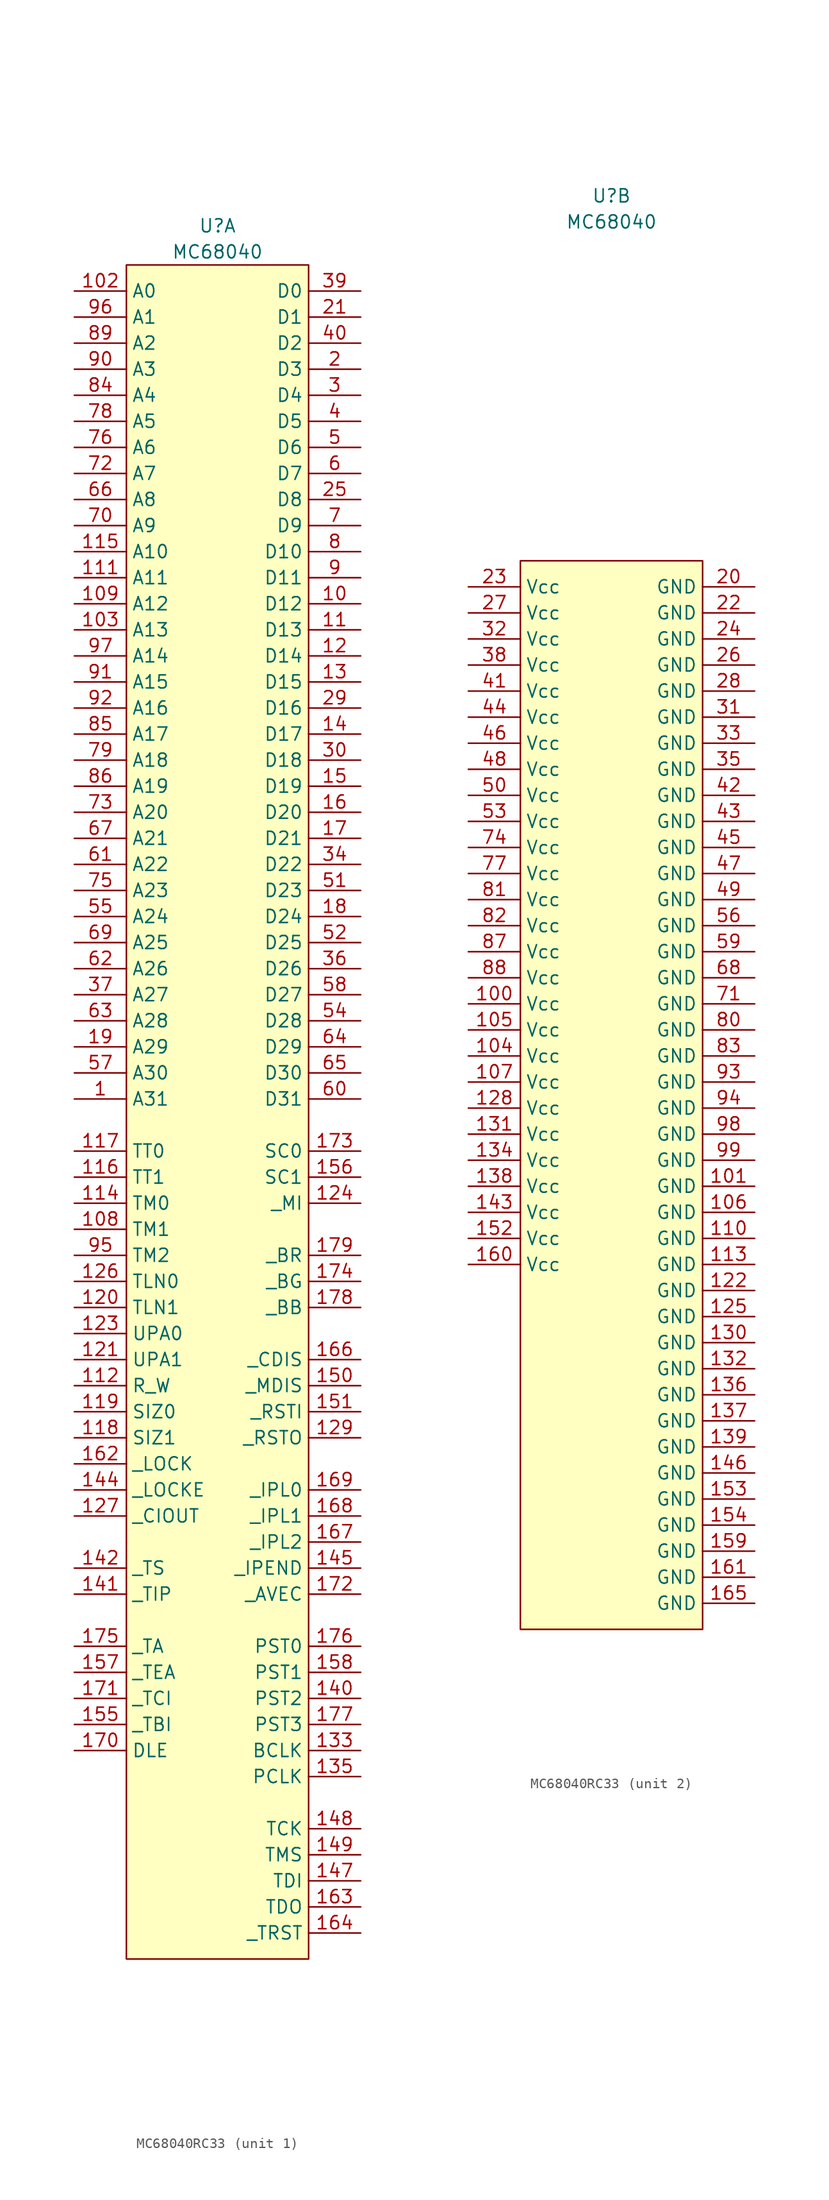
<source format=kicad_sym>
(kicad_symbol_lib
  (version 20231120)
  (generator "kicad_symbol_editor")
  (generator_version "8.0")
  (symbol "MC68040RC33"
    (property "Reference" "U"
      (at 0 86.36 0)
      (effects (font (size 1.27 1.27))))
    (property "Value" "MC68040"
      (at 0 83.82 0)
      (effects (font (size 1.27 1.27))))
    (property "ki_locked" ""
      (at 0 0 0)
      (effects (font (size 1.27 1.27))))
    (symbol "MC68040RC33_1_0"
      (pin bidirectional line (at -13.97 1.27 0) (length 5.08) (name "A31" (effects (font (size 1.27 1.27)))) (number "1" (effects (font (size 1.27 1.27)))))
      (pin bidirectional line (at 13.97 49.53 180) (length 5.08) (name "D12" (effects (font (size 1.27 1.27)))) (number "10" (effects (font (size 1.27 1.27)))))
      (pin bidirectional line (at -13.97 80.01 0) (length 5.08) (name "A0" (effects (font (size 1.27 1.27)))) (number "102" (effects (font (size 1.27 1.27)))))
      (pin bidirectional line (at -13.97 46.99 0) (length 5.08) (name "A13" (effects (font (size 1.27 1.27)))) (number "103" (effects (font (size 1.27 1.27)))))
      (pin output line (at -13.97 -11.43 0) (length 5.08) (name "TM1" (effects (font (size 1.27 1.27)))) (number "108" (effects (font (size 1.27 1.27)))))
      (pin bidirectional line (at -13.97 49.53 0) (length 5.08) (name "A12" (effects (font (size 1.27 1.27)))) (number "109" (effects (font (size 1.27 1.27)))))
      (pin bidirectional line (at 13.97 46.99 180) (length 5.08) (name "D13" (effects (font (size 1.27 1.27)))) (number "11" (effects (font (size 1.27 1.27)))))
      (pin bidirectional line (at -13.97 52.07 0) (length 5.08) (name "A11" (effects (font (size 1.27 1.27)))) (number "111" (effects (font (size 1.27 1.27)))))
      (pin bidirectional line (at -13.97 -26.67 0) (length 5.08) (name "R_W" (effects (font (size 1.27 1.27)))) (number "112" (effects (font (size 1.27 1.27)))))
      (pin output line (at -13.97 -8.89 0) (length 5.08) (name "TM0" (effects (font (size 1.27 1.27)))) (number "114" (effects (font (size 1.27 1.27)))))
      (pin bidirectional line (at -13.97 54.61 0) (length 5.08) (name "A10" (effects (font (size 1.27 1.27)))) (number "115" (effects (font (size 1.27 1.27)))))
      (pin bidirectional line (at -13.97 -6.35 0) (length 5.08) (name "TT1" (effects (font (size 1.27 1.27)))) (number "116" (effects (font (size 1.27 1.27)))))
      (pin bidirectional line (at -13.97 -3.81 0) (length 5.08) (name "TT0" (effects (font (size 1.27 1.27)))) (number "117" (effects (font (size 1.27 1.27)))))
      (pin bidirectional line (at -13.97 -31.75 0) (length 5.08) (name "SIZ1" (effects (font (size 1.27 1.27)))) (number "118" (effects (font (size 1.27 1.27)))))
      (pin bidirectional line (at -13.97 -29.21 0) (length 5.08) (name "SIZ0" (effects (font (size 1.27 1.27)))) (number "119" (effects (font (size 1.27 1.27)))))
      (pin bidirectional line (at 13.97 44.45 180) (length 5.08) (name "D14" (effects (font (size 1.27 1.27)))) (number "12" (effects (font (size 1.27 1.27)))))
      (pin output line (at -13.97 -19.05 0) (length 5.08) (name "TLN1" (effects (font (size 1.27 1.27)))) (number "120" (effects (font (size 1.27 1.27)))))
      (pin output line (at -13.97 -24.13 0) (length 5.08) (name "UPA1" (effects (font (size 1.27 1.27)))) (number "121" (effects (font (size 1.27 1.27)))))
      (pin output line (at -13.97 -21.59 0) (length 5.08) (name "UPA0" (effects (font (size 1.27 1.27)))) (number "123" (effects (font (size 1.27 1.27)))))
      (pin output line (at 13.97 -8.89 180) (length 5.08) (name "_MI" (effects (font (size 1.27 1.27)))) (number "124" (effects (font (size 1.27 1.27)))))
      (pin output line (at -13.97 -16.51 0) (length 5.08) (name "TLN0" (effects (font (size 1.27 1.27)))) (number "126" (effects (font (size 1.27 1.27)))))
      (pin output line (at -13.97 -39.37 0) (length 5.08) (name "_CIOUT" (effects (font (size 1.27 1.27)))) (number "127" (effects (font (size 1.27 1.27)))))
      (pin output line (at 13.97 -31.75 180) (length 5.08) (name "_RSTO" (effects (font (size 1.27 1.27)))) (number "129" (effects (font (size 1.27 1.27)))))
      (pin bidirectional line (at 13.97 41.91 180) (length 5.08) (name "D15" (effects (font (size 1.27 1.27)))) (number "13" (effects (font (size 1.27 1.27)))))
      (pin input line (at 13.97 -62.23 180) (length 5.08) (name "BCLK" (effects (font (size 1.27 1.27)))) (number "133" (effects (font (size 1.27 1.27)))))
      (pin input line (at 13.97 -64.77 180) (length 5.08) (name "PCLK" (effects (font (size 1.27 1.27)))) (number "135" (effects (font (size 1.27 1.27)))))
      (pin bidirectional line (at 13.97 36.83 180) (length 5.08) (name "D17" (effects (font (size 1.27 1.27)))) (number "14" (effects (font (size 1.27 1.27)))))
      (pin output line (at 13.97 -57.15 180) (length 5.08) (name "PST2" (effects (font (size 1.27 1.27)))) (number "140" (effects (font (size 1.27 1.27)))))
      (pin output line (at -13.97 -46.99 0) (length 5.08) (name "_TIP" (effects (font (size 1.27 1.27)))) (number "141" (effects (font (size 1.27 1.27)))))
      (pin bidirectional line (at -13.97 -44.45 0) (length 5.08) (name "_TS" (effects (font (size 1.27 1.27)))) (number "142" (effects (font (size 1.27 1.27)))))
      (pin output line (at -13.97 -36.83 0) (length 5.08) (name "_LOCKE" (effects (font (size 1.27 1.27)))) (number "144" (effects (font (size 1.27 1.27)))))
      (pin output line (at 13.97 -44.45 180) (length 5.08) (name "_IPEND" (effects (font (size 1.27 1.27)))) (number "145" (effects (font (size 1.27 1.27)))))
      (pin input line (at 13.97 -74.93 180) (length 5.08) (name "TDI" (effects (font (size 1.27 1.27)))) (number "147" (effects (font (size 1.27 1.27)))))
      (pin input line (at 13.97 -69.85 180) (length 5.08) (name "TCK" (effects (font (size 1.27 1.27)))) (number "148" (effects (font (size 1.27 1.27)))))
      (pin input line (at 13.97 -72.39 180) (length 5.08) (name "TMS" (effects (font (size 1.27 1.27)))) (number "149" (effects (font (size 1.27 1.27)))))
      (pin bidirectional line (at 13.97 31.75 180) (length 5.08) (name "D19" (effects (font (size 1.27 1.27)))) (number "15" (effects (font (size 1.27 1.27)))))
      (pin input line (at 13.97 -26.67 180) (length 5.08) (name "_MDIS" (effects (font (size 1.27 1.27)))) (number "150" (effects (font (size 1.27 1.27)))))
      (pin input line (at 13.97 -29.21 180) (length 5.08) (name "_RSTI" (effects (font (size 1.27 1.27)))) (number "151" (effects (font (size 1.27 1.27)))))
      (pin input line (at -13.97 -59.69 0) (length 5.08) (name "_TBI" (effects (font (size 1.27 1.27)))) (number "155" (effects (font (size 1.27 1.27)))))
      (pin bidirectional line (at 13.97 -6.35 180) (length 5.08) (name "SC1" (effects (font (size 1.27 1.27)))) (number "156" (effects (font (size 1.27 1.27)))))
      (pin input line (at -13.97 -54.61 0) (length 5.08) (name "_TEA" (effects (font (size 1.27 1.27)))) (number "157" (effects (font (size 1.27 1.27)))))
      (pin output line (at 13.97 -54.61 180) (length 5.08) (name "PST1" (effects (font (size 1.27 1.27)))) (number "158" (effects (font (size 1.27 1.27)))))
      (pin bidirectional line (at 13.97 29.21 180) (length 5.08) (name "D20" (effects (font (size 1.27 1.27)))) (number "16" (effects (font (size 1.27 1.27)))))
      (pin output line (at -13.97 -34.29 0) (length 5.08) (name "_LOCK" (effects (font (size 1.27 1.27)))) (number "162" (effects (font (size 1.27 1.27)))))
      (pin output line (at 13.97 -77.47 180) (length 5.08) (name "TDO" (effects (font (size 1.27 1.27)))) (number "163" (effects (font (size 1.27 1.27)))))
      (pin input line (at 13.97 -80.01 180) (length 5.08) (name "_TRST" (effects (font (size 1.27 1.27)))) (number "164" (effects (font (size 1.27 1.27)))))
      (pin input line (at 13.97 -24.13 180) (length 5.08) (name "_CDIS" (effects (font (size 1.27 1.27)))) (number "166" (effects (font (size 1.27 1.27)))))
      (pin input line (at 13.97 -41.91 180) (length 5.08) (name "_IPL2" (effects (font (size 1.27 1.27)))) (number "167" (effects (font (size 1.27 1.27)))))
      (pin input line (at 13.97 -39.37 180) (length 5.08) (name "_IPL1" (effects (font (size 1.27 1.27)))) (number "168" (effects (font (size 1.27 1.27)))))
      (pin input line (at 13.97 -36.83 180) (length 5.08) (name "_IPL0" (effects (font (size 1.27 1.27)))) (number "169" (effects (font (size 1.27 1.27)))))
      (pin bidirectional line (at 13.97 26.67 180) (length 5.08) (name "D21" (effects (font (size 1.27 1.27)))) (number "17" (effects (font (size 1.27 1.27)))))
      (pin input line (at -13.97 -62.23 0) (length 5.08) (name "DLE" (effects (font (size 1.27 1.27)))) (number "170" (effects (font (size 1.27 1.27)))))
      (pin input line (at -13.97 -57.15 0) (length 5.08) (name "_TCI" (effects (font (size 1.27 1.27)))) (number "171" (effects (font (size 1.27 1.27)))))
      (pin input line (at 13.97 -46.99 180) (length 5.08) (name "_AVEC" (effects (font (size 1.27 1.27)))) (number "172" (effects (font (size 1.27 1.27)))))
      (pin bidirectional line (at 13.97 -3.81 180) (length 5.08) (name "SC0" (effects (font (size 1.27 1.27)))) (number "173" (effects (font (size 1.27 1.27)))))
      (pin output line (at 13.97 -16.51 180) (length 5.08) (name "_BG" (effects (font (size 1.27 1.27)))) (number "174" (effects (font (size 1.27 1.27)))))
      (pin bidirectional line (at -13.97 -52.07 0) (length 5.08) (name "_TA" (effects (font (size 1.27 1.27)))) (number "175" (effects (font (size 1.27 1.27)))))
      (pin output line (at 13.97 -52.07 180) (length 5.08) (name "PST0" (effects (font (size 1.27 1.27)))) (number "176" (effects (font (size 1.27 1.27)))))
      (pin output line (at 13.97 -59.69 180) (length 5.08) (name "PST3" (effects (font (size 1.27 1.27)))) (number "177" (effects (font (size 1.27 1.27)))))
      (pin bidirectional line (at 13.97 -19.05 180) (length 5.08) (name "_BB" (effects (font (size 1.27 1.27)))) (number "178" (effects (font (size 1.27 1.27)))))
      (pin input line (at 13.97 -13.97 180) (length 5.08) (name "_BR" (effects (font (size 1.27 1.27)))) (number "179" (effects (font (size 1.27 1.27)))))
      (pin bidirectional line (at 13.97 19.05 180) (length 5.08) (name "D24" (effects (font (size 1.27 1.27)))) (number "18" (effects (font (size 1.27 1.27)))))
      (pin bidirectional line (at -13.97 6.35 0) (length 5.08) (name "A29" (effects (font (size 1.27 1.27)))) (number "19" (effects (font (size 1.27 1.27)))))
      (pin bidirectional line (at 13.97 72.39 180) (length 5.08) (name "D3" (effects (font (size 1.27 1.27)))) (number "2" (effects (font (size 1.27 1.27)))))
      (pin bidirectional line (at 13.97 77.47 180) (length 5.08) (name "D1" (effects (font (size 1.27 1.27)))) (number "21" (effects (font (size 1.27 1.27)))))
      (pin bidirectional line (at 13.97 59.69 180) (length 5.08) (name "D8" (effects (font (size 1.27 1.27)))) (number "25" (effects (font (size 1.27 1.27)))))
      (pin bidirectional line (at 13.97 39.37 180) (length 5.08) (name "D16" (effects (font (size 1.27 1.27)))) (number "29" (effects (font (size 1.27 1.27)))))
      (pin bidirectional line (at 13.97 69.85 180) (length 5.08) (name "D4" (effects (font (size 1.27 1.27)))) (number "3" (effects (font (size 1.27 1.27)))))
      (pin bidirectional line (at 13.97 34.29 180) (length 5.08) (name "D18" (effects (font (size 1.27 1.27)))) (number "30" (effects (font (size 1.27 1.27)))))
      (pin bidirectional line (at 13.97 24.13 180) (length 5.08) (name "D22" (effects (font (size 1.27 1.27)))) (number "34" (effects (font (size 1.27 1.27)))))
      (pin bidirectional line (at 13.97 13.97 180) (length 5.08) (name "D26" (effects (font (size 1.27 1.27)))) (number "36" (effects (font (size 1.27 1.27)))))
      (pin bidirectional line (at -13.97 11.43 0) (length 5.08) (name "A27" (effects (font (size 1.27 1.27)))) (number "37" (effects (font (size 1.27 1.27)))))
      (pin bidirectional line (at 13.97 80.01 180) (length 5.08) (name "D0" (effects (font (size 1.27 1.27)))) (number "39" (effects (font (size 1.27 1.27)))))
      (pin bidirectional line (at 13.97 67.31 180) (length 5.08) (name "D5" (effects (font (size 1.27 1.27)))) (number "4" (effects (font (size 1.27 1.27)))))
      (pin bidirectional line (at 13.97 74.93 180) (length 5.08) (name "D2" (effects (font (size 1.27 1.27)))) (number "40" (effects (font (size 1.27 1.27)))))
      (pin bidirectional line (at 13.97 64.77 180) (length 5.08) (name "D6" (effects (font (size 1.27 1.27)))) (number "5" (effects (font (size 1.27 1.27)))))
      (pin bidirectional line (at 13.97 21.59 180) (length 5.08) (name "D23" (effects (font (size 1.27 1.27)))) (number "51" (effects (font (size 1.27 1.27)))))
      (pin bidirectional line (at 13.97 16.51 180) (length 5.08) (name "D25" (effects (font (size 1.27 1.27)))) (number "52" (effects (font (size 1.27 1.27)))))
      (pin bidirectional line (at 13.97 8.89 180) (length 5.08) (name "D28" (effects (font (size 1.27 1.27)))) (number "54" (effects (font (size 1.27 1.27)))))
      (pin bidirectional line (at -13.97 19.05 0) (length 5.08) (name "A24" (effects (font (size 1.27 1.27)))) (number "55" (effects (font (size 1.27 1.27)))))
      (pin bidirectional line (at -13.97 3.81 0) (length 5.08) (name "A30" (effects (font (size 1.27 1.27)))) (number "57" (effects (font (size 1.27 1.27)))))
      (pin bidirectional line (at 13.97 11.43 180) (length 5.08) (name "D27" (effects (font (size 1.27 1.27)))) (number "58" (effects (font (size 1.27 1.27)))))
      (pin bidirectional line (at 13.97 62.23 180) (length 5.08) (name "D7" (effects (font (size 1.27 1.27)))) (number "6" (effects (font (size 1.27 1.27)))))
      (pin bidirectional line (at 13.97 1.27 180) (length 5.08) (name "D31" (effects (font (size 1.27 1.27)))) (number "60" (effects (font (size 1.27 1.27)))))
      (pin bidirectional line (at -13.97 24.13 0) (length 5.08) (name "A22" (effects (font (size 1.27 1.27)))) (number "61" (effects (font (size 1.27 1.27)))))
      (pin bidirectional line (at -13.97 13.97 0) (length 5.08) (name "A26" (effects (font (size 1.27 1.27)))) (number "62" (effects (font (size 1.27 1.27)))))
      (pin bidirectional line (at -13.97 8.89 0) (length 5.08) (name "A28" (effects (font (size 1.27 1.27)))) (number "63" (effects (font (size 1.27 1.27)))))
      (pin bidirectional line (at 13.97 6.35 180) (length 5.08) (name "D29" (effects (font (size 1.27 1.27)))) (number "64" (effects (font (size 1.27 1.27)))))
      (pin bidirectional line (at 13.97 3.81 180) (length 5.08) (name "D30" (effects (font (size 1.27 1.27)))) (number "65" (effects (font (size 1.27 1.27)))))
      (pin bidirectional line (at -13.97 59.69 0) (length 5.08) (name "A8" (effects (font (size 1.27 1.27)))) (number "66" (effects (font (size 1.27 1.27)))))
      (pin bidirectional line (at -13.97 26.67 0) (length 5.08) (name "A21" (effects (font (size 1.27 1.27)))) (number "67" (effects (font (size 1.27 1.27)))))
      (pin bidirectional line (at -13.97 16.51 0) (length 5.08) (name "A25" (effects (font (size 1.27 1.27)))) (number "69" (effects (font (size 1.27 1.27)))))
      (pin bidirectional line (at 13.97 57.15 180) (length 5.08) (name "D9" (effects (font (size 1.27 1.27)))) (number "7" (effects (font (size 1.27 1.27)))))
      (pin bidirectional line (at -13.97 57.15 0) (length 5.08) (name "A9" (effects (font (size 1.27 1.27)))) (number "70" (effects (font (size 1.27 1.27)))))
      (pin bidirectional line (at -13.97 62.23 0) (length 5.08) (name "A7" (effects (font (size 1.27 1.27)))) (number "72" (effects (font (size 1.27 1.27)))))
      (pin bidirectional line (at -13.97 29.21 0) (length 5.08) (name "A20" (effects (font (size 1.27 1.27)))) (number "73" (effects (font (size 1.27 1.27)))))
      (pin bidirectional line (at -13.97 21.59 0) (length 5.08) (name "A23" (effects (font (size 1.27 1.27)))) (number "75" (effects (font (size 1.27 1.27)))))
      (pin bidirectional line (at -13.97 64.77 0) (length 5.08) (name "A6" (effects (font (size 1.27 1.27)))) (number "76" (effects (font (size 1.27 1.27)))))
      (pin bidirectional line (at -13.97 67.31 0) (length 5.08) (name "A5" (effects (font (size 1.27 1.27)))) (number "78" (effects (font (size 1.27 1.27)))))
      (pin bidirectional line (at -13.97 34.29 0) (length 5.08) (name "A18" (effects (font (size 1.27 1.27)))) (number "79" (effects (font (size 1.27 1.27)))))
      (pin bidirectional line (at 13.97 54.61 180) (length 5.08) (name "D10" (effects (font (size 1.27 1.27)))) (number "8" (effects (font (size 1.27 1.27)))))
      (pin bidirectional line (at -13.97 69.85 0) (length 5.08) (name "A4" (effects (font (size 1.27 1.27)))) (number "84" (effects (font (size 1.27 1.27)))))
      (pin bidirectional line (at -13.97 36.83 0) (length 5.08) (name "A17" (effects (font (size 1.27 1.27)))) (number "85" (effects (font (size 1.27 1.27)))))
      (pin bidirectional line (at -13.97 31.75 0) (length 5.08) (name "A19" (effects (font (size 1.27 1.27)))) (number "86" (effects (font (size 1.27 1.27)))))
      (pin bidirectional line (at -13.97 74.93 0) (length 5.08) (name "A2" (effects (font (size 1.27 1.27)))) (number "89" (effects (font (size 1.27 1.27)))))
      (pin bidirectional line (at 13.97 52.07 180) (length 5.08) (name "D11" (effects (font (size 1.27 1.27)))) (number "9" (effects (font (size 1.27 1.27)))))
      (pin bidirectional line (at -13.97 72.39 0) (length 5.08) (name "A3" (effects (font (size 1.27 1.27)))) (number "90" (effects (font (size 1.27 1.27)))))
      (pin bidirectional line (at -13.97 41.91 0) (length 5.08) (name "A15" (effects (font (size 1.27 1.27)))) (number "91" (effects (font (size 1.27 1.27)))))
      (pin bidirectional line (at -13.97 39.37 0) (length 5.08) (name "A16" (effects (font (size 1.27 1.27)))) (number "92" (effects (font (size 1.27 1.27)))))
      (pin input line (at -13.97 -13.97 0) (length 5.08) (name "TM2" (effects (font (size 1.27 1.27)))) (number "95" (effects (font (size 1.27 1.27)))))
      (pin bidirectional line (at -13.97 77.47 0) (length 5.08) (name "A1" (effects (font (size 1.27 1.27)))) (number "96" (effects (font (size 1.27 1.27)))))
      (pin bidirectional line (at -13.97 44.45 0) (length 5.08) (name "A14" (effects (font (size 1.27 1.27)))) (number "97" (effects (font (size 1.27 1.27))))))
    (symbol "MC68040RC33_1_1"
      (rectangle (start -8.89 82.55) (end 8.89 -82.55) (stroke (width 0) (type default)) (fill (type background))))
    (symbol "MC68040RC33_2_0"
      (pin power_in line (at -13.97 7.62 0) (length 5.08) (name "Vcc" (effects (font (size 1.27 1.27)))) (number "100" (effects (font (size 1.27 1.27)))))
      (pin power_in line (at 13.97 -10.16 180) (length 5.08) (name "GND" (effects (font (size 1.27 1.27)))) (number "101" (effects (font (size 1.27 1.27)))))
      (pin power_in line (at -13.97 2.54 0) (length 5.08) (name "Vcc" (effects (font (size 1.27 1.27)))) (number "104" (effects (font (size 1.27 1.27)))))
      (pin power_in line (at -13.97 5.08 0) (length 5.08) (name "Vcc" (effects (font (size 1.27 1.27)))) (number "105" (effects (font (size 1.27 1.27)))))
      (pin power_in line (at 13.97 -12.7 180) (length 5.08) (name "GND" (effects (font (size 1.27 1.27)))) (number "106" (effects (font (size 1.27 1.27)))))
      (pin power_in line (at -13.97 0 0) (length 5.08) (name "Vcc" (effects (font (size 1.27 1.27)))) (number "107" (effects (font (size 1.27 1.27)))))
      (pin power_in line (at 13.97 -15.24 180) (length 5.08) (name "GND" (effects (font (size 1.27 1.27)))) (number "110" (effects (font (size 1.27 1.27)))))
      (pin power_in line (at 13.97 -17.78 180) (length 5.08) (name "GND" (effects (font (size 1.27 1.27)))) (number "113" (effects (font (size 1.27 1.27)))))
      (pin power_in line (at 13.97 -20.32 180) (length 5.08) (name "GND" (effects (font (size 1.27 1.27)))) (number "122" (effects (font (size 1.27 1.27)))))
      (pin power_in line (at 13.97 -22.86 180) (length 5.08) (name "GND" (effects (font (size 1.27 1.27)))) (number "125" (effects (font (size 1.27 1.27)))))
      (pin power_in line (at -13.97 -2.54 0) (length 5.08) (name "Vcc" (effects (font (size 1.27 1.27)))) (number "128" (effects (font (size 1.27 1.27)))))
      (pin power_in line (at 13.97 -25.4 180) (length 5.08) (name "GND" (effects (font (size 1.27 1.27)))) (number "130" (effects (font (size 1.27 1.27)))))
      (pin power_in line (at -13.97 -5.08 0) (length 5.08) (name "Vcc" (effects (font (size 1.27 1.27)))) (number "131" (effects (font (size 1.27 1.27)))))
      (pin power_in line (at 13.97 -27.94 180) (length 5.08) (name "GND" (effects (font (size 1.27 1.27)))) (number "132" (effects (font (size 1.27 1.27)))))
      (pin power_in line (at -13.97 -7.62 0) (length 5.08) (name "Vcc" (effects (font (size 1.27 1.27)))) (number "134" (effects (font (size 1.27 1.27)))))
      (pin power_in line (at 13.97 -30.48 180) (length 5.08) (name "GND" (effects (font (size 1.27 1.27)))) (number "136" (effects (font (size 1.27 1.27)))))
      (pin power_in line (at 13.97 -33.02 180) (length 5.08) (name "GND" (effects (font (size 1.27 1.27)))) (number "137" (effects (font (size 1.27 1.27)))))
      (pin power_in line (at -13.97 -10.16 0) (length 5.08) (name "Vcc" (effects (font (size 1.27 1.27)))) (number "138" (effects (font (size 1.27 1.27)))))
      (pin power_in line (at 13.97 -35.56 180) (length 5.08) (name "GND" (effects (font (size 1.27 1.27)))) (number "139" (effects (font (size 1.27 1.27)))))
      (pin power_in line (at -13.97 -12.7 0) (length 5.08) (name "Vcc" (effects (font (size 1.27 1.27)))) (number "143" (effects (font (size 1.27 1.27)))))
      (pin power_in line (at 13.97 -38.1 180) (length 5.08) (name "GND" (effects (font (size 1.27 1.27)))) (number "146" (effects (font (size 1.27 1.27)))))
      (pin power_in line (at -13.97 -15.24 0) (length 5.08) (name "Vcc" (effects (font (size 1.27 1.27)))) (number "152" (effects (font (size 1.27 1.27)))))
      (pin power_in line (at 13.97 -40.64 180) (length 5.08) (name "GND" (effects (font (size 1.27 1.27)))) (number "153" (effects (font (size 1.27 1.27)))))
      (pin power_in line (at 13.97 -43.18 180) (length 5.08) (name "GND" (effects (font (size 1.27 1.27)))) (number "154" (effects (font (size 1.27 1.27)))))
      (pin power_in line (at 13.97 -45.72 180) (length 5.08) (name "GND" (effects (font (size 1.27 1.27)))) (number "159" (effects (font (size 1.27 1.27)))))
      (pin power_in line (at -13.97 -17.78 0) (length 5.08) (name "Vcc" (effects (font (size 1.27 1.27)))) (number "160" (effects (font (size 1.27 1.27)))))
      (pin power_in line (at 13.97 -48.26 180) (length 5.08) (name "GND" (effects (font (size 1.27 1.27)))) (number "161" (effects (font (size 1.27 1.27)))))
      (pin power_in line (at 13.97 -50.8 180) (length 5.08) (name "GND" (effects (font (size 1.27 1.27)))) (number "165" (effects (font (size 1.27 1.27)))))
      (pin power_in line (at 13.97 48.26 180) (length 5.08) (name "GND" (effects (font (size 1.27 1.27)))) (number "20" (effects (font (size 1.27 1.27)))))
      (pin power_in line (at 13.97 45.72 180) (length 5.08) (name "GND" (effects (font (size 1.27 1.27)))) (number "22" (effects (font (size 1.27 1.27)))))
      (pin power_in line (at -13.97 48.26 0) (length 5.08) (name "Vcc" (effects (font (size 1.27 1.27)))) (number "23" (effects (font (size 1.27 1.27)))))
      (pin power_in line (at 13.97 43.18 180) (length 5.08) (name "GND" (effects (font (size 1.27 1.27)))) (number "24" (effects (font (size 1.27 1.27)))))
      (pin power_in line (at 13.97 40.64 180) (length 5.08) (name "GND" (effects (font (size 1.27 1.27)))) (number "26" (effects (font (size 1.27 1.27)))))
      (pin power_in line (at -13.97 45.72 0) (length 5.08) (name "Vcc" (effects (font (size 1.27 1.27)))) (number "27" (effects (font (size 1.27 1.27)))))
      (pin power_in line (at 13.97 38.1 180) (length 5.08) (name "GND" (effects (font (size 1.27 1.27)))) (number "28" (effects (font (size 1.27 1.27)))))
      (pin power_in line (at 13.97 35.56 180) (length 5.08) (name "GND" (effects (font (size 1.27 1.27)))) (number "31" (effects (font (size 1.27 1.27)))))
      (pin power_in line (at -13.97 43.18 0) (length 5.08) (name "Vcc" (effects (font (size 1.27 1.27)))) (number "32" (effects (font (size 1.27 1.27)))))
      (pin power_in line (at 13.97 33.02 180) (length 5.08) (name "GND" (effects (font (size 1.27 1.27)))) (number "33" (effects (font (size 1.27 1.27)))))
      (pin power_in line (at 13.97 30.48 180) (length 5.08) (name "GND" (effects (font (size 1.27 1.27)))) (number "35" (effects (font (size 1.27 1.27)))))
      (pin power_in line (at -13.97 40.64 0) (length 5.08) (name "Vcc" (effects (font (size 1.27 1.27)))) (number "38" (effects (font (size 1.27 1.27)))))
      (pin power_in line (at -13.97 38.1 0) (length 5.08) (name "Vcc" (effects (font (size 1.27 1.27)))) (number "41" (effects (font (size 1.27 1.27)))))
      (pin power_in line (at 13.97 27.94 180) (length 5.08) (name "GND" (effects (font (size 1.27 1.27)))) (number "42" (effects (font (size 1.27 1.27)))))
      (pin power_in line (at 13.97 25.4 180) (length 5.08) (name "GND" (effects (font (size 1.27 1.27)))) (number "43" (effects (font (size 1.27 1.27)))))
      (pin power_in line (at -13.97 35.56 0) (length 5.08) (name "Vcc" (effects (font (size 1.27 1.27)))) (number "44" (effects (font (size 1.27 1.27)))))
      (pin power_in line (at 13.97 22.86 180) (length 5.08) (name "GND" (effects (font (size 1.27 1.27)))) (number "45" (effects (font (size 1.27 1.27)))))
      (pin power_in line (at -13.97 33.02 0) (length 5.08) (name "Vcc" (effects (font (size 1.27 1.27)))) (number "46" (effects (font (size 1.27 1.27)))))
      (pin power_in line (at 13.97 20.32 180) (length 5.08) (name "GND" (effects (font (size 1.27 1.27)))) (number "47" (effects (font (size 1.27 1.27)))))
      (pin power_in line (at -13.97 30.48 0) (length 5.08) (name "Vcc" (effects (font (size 1.27 1.27)))) (number "48" (effects (font (size 1.27 1.27)))))
      (pin power_in line (at 13.97 17.78 180) (length 5.08) (name "GND" (effects (font (size 1.27 1.27)))) (number "49" (effects (font (size 1.27 1.27)))))
      (pin power_in line (at -13.97 27.94 0) (length 5.08) (name "Vcc" (effects (font (size 1.27 1.27)))) (number "50" (effects (font (size 1.27 1.27)))))
      (pin power_in line (at -13.97 25.4 0) (length 5.08) (name "Vcc" (effects (font (size 1.27 1.27)))) (number "53" (effects (font (size 1.27 1.27)))))
      (pin power_in line (at 13.97 15.24 180) (length 5.08) (name "GND" (effects (font (size 1.27 1.27)))) (number "56" (effects (font (size 1.27 1.27)))))
      (pin power_in line (at 13.97 12.7 180) (length 5.08) (name "GND" (effects (font (size 1.27 1.27)))) (number "59" (effects (font (size 1.27 1.27)))))
      (pin power_in line (at 13.97 10.16 180) (length 5.08) (name "GND" (effects (font (size 1.27 1.27)))) (number "68" (effects (font (size 1.27 1.27)))))
      (pin power_in line (at 13.97 7.62 180) (length 5.08) (name "GND" (effects (font (size 1.27 1.27)))) (number "71" (effects (font (size 1.27 1.27)))))
      (pin power_in line (at -13.97 22.86 0) (length 5.08) (name "Vcc" (effects (font (size 1.27 1.27)))) (number "74" (effects (font (size 1.27 1.27)))))
      (pin power_in line (at -13.97 20.32 0) (length 5.08) (name "Vcc" (effects (font (size 1.27 1.27)))) (number "77" (effects (font (size 1.27 1.27)))))
      (pin power_in line (at 13.97 5.08 180) (length 5.08) (name "GND" (effects (font (size 1.27 1.27)))) (number "80" (effects (font (size 1.27 1.27)))))
      (pin power_in line (at -13.97 17.78 0) (length 5.08) (name "Vcc" (effects (font (size 1.27 1.27)))) (number "81" (effects (font (size 1.27 1.27)))))
      (pin power_in line (at -13.97 15.24 0) (length 5.08) (name "Vcc" (effects (font (size 1.27 1.27)))) (number "82" (effects (font (size 1.27 1.27)))))
      (pin power_in line (at 13.97 2.54 180) (length 5.08) (name "GND" (effects (font (size 1.27 1.27)))) (number "83" (effects (font (size 1.27 1.27)))))
      (pin power_in line (at -13.97 12.7 0) (length 5.08) (name "Vcc" (effects (font (size 1.27 1.27)))) (number "87" (effects (font (size 1.27 1.27)))))
      (pin power_in line (at -13.97 10.16 0) (length 5.08) (name "Vcc" (effects (font (size 1.27 1.27)))) (number "88" (effects (font (size 1.27 1.27)))))
      (pin power_in line (at 13.97 0 180) (length 5.08) (name "GND" (effects (font (size 1.27 1.27)))) (number "93" (effects (font (size 1.27 1.27)))))
      (pin power_in line (at 13.97 -2.54 180) (length 5.08) (name "GND" (effects (font (size 1.27 1.27)))) (number "94" (effects (font (size 1.27 1.27)))))
      (pin power_in line (at 13.97 -5.08 180) (length 5.08) (name "GND" (effects (font (size 1.27 1.27)))) (number "98" (effects (font (size 1.27 1.27)))))
      (pin power_in line (at 13.97 -7.62 180) (length 5.08) (name "GND" (effects (font (size 1.27 1.27)))) (number "99" (effects (font (size 1.27 1.27))))))
    (symbol "MC68040RC33_2_1"
      (rectangle (start -8.89 50.8) (end 8.89 -53.34) (stroke (width 0) (type default)) (fill (type background))))))
</source>
